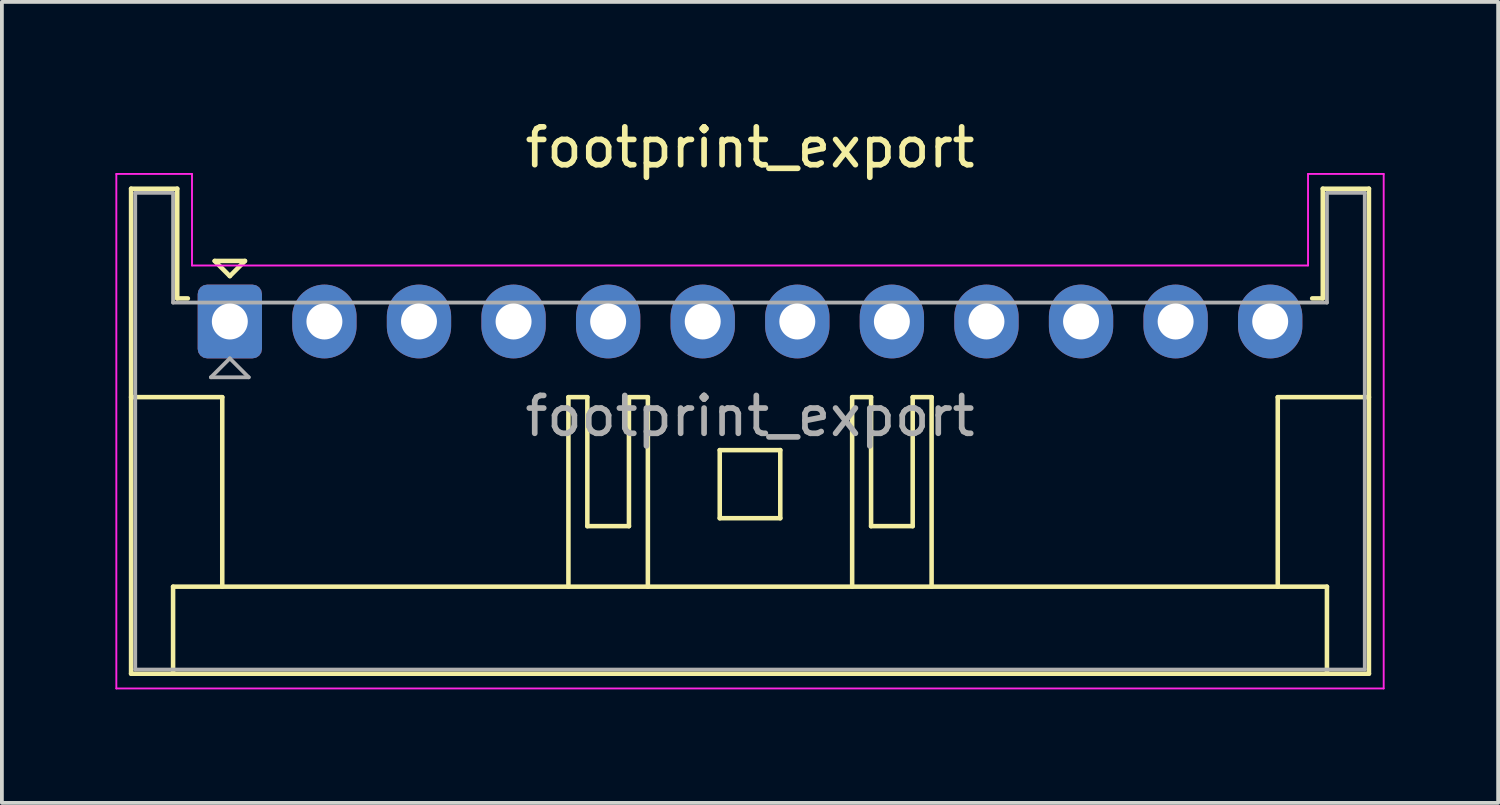
<source format=kicad_pcb>
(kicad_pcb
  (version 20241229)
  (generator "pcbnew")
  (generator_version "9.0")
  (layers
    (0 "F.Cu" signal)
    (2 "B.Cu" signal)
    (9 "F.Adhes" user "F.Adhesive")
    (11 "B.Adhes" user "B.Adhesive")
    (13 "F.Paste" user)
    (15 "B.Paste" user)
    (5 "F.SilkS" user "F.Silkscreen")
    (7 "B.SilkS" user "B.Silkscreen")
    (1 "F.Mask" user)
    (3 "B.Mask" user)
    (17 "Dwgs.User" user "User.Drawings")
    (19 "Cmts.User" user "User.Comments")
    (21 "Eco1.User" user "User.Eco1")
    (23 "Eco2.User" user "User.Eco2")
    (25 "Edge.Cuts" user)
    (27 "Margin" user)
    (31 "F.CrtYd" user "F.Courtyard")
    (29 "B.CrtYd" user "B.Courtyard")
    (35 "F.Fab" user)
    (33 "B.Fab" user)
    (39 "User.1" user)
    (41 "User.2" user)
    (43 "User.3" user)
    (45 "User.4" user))
  (footprint "footprint_export"
    (layer "F.Cu")
    (at 3.025 5.448)
    (property "Reference" "footprint_export" (at 13.75 -4.6 0) (layer "F.SilkS") (effects (font (size 1 1) (thickness 0.15))))
    (attr through_hole)
    (fp_line (start -2.61 -3.51) (end -2.61 9.31) (stroke (width 0.12) (type solid)) (layer "F.SilkS"))
    (fp_line (start -2.61 9.31) (end 30.11 9.31) (stroke (width 0.12) (type solid)) (layer "F.SilkS"))
    (fp_line (start -1.5 7.01) (end 29 7.01) (stroke (width 0.12) (type solid)) (layer "F.SilkS"))
    (fp_line (start -1.5 9.31) (end -1.5 7.01) (stroke (width 0.12) (type solid)) (layer "F.SilkS"))
    (fp_line (start -1.39 -3.51) (end -2.61 -3.51) (stroke (width 0.12) (type solid)) (layer "F.SilkS"))
    (fp_line (start -1.39 -0.61) (end -1.39 -3.51) (stroke (width 0.12) (type solid)) (layer "F.SilkS"))
    (fp_line (start -1.11 -0.61) (end -1.39 -0.61) (stroke (width 0.12) (type solid)) (layer "F.SilkS"))
    (fp_line (start -0.4 -1.6) (end 0.4 -1.6) (stroke (width 0.12) (type solid)) (layer "F.SilkS"))
    (fp_line (start -0.2 2) (end -2.61 2) (stroke (width 0.12) (type solid)) (layer "F.SilkS"))
    (fp_line (start -0.2 7.01) (end -0.2 2) (stroke (width 0.12) (type solid)) (layer "F.SilkS"))
    (fp_line (start 0 -1.2) (end -0.4 -1.6) (stroke (width 0.12) (type solid)) (layer "F.SilkS"))
    (fp_line (start 0.4 -1.6) (end 0 -1.2) (stroke (width 0.12) (type solid)) (layer "F.SilkS"))
    (fp_line (start 8.95 2) (end 8.95 7.01) (stroke (width 0.12) (type solid)) (layer "F.SilkS"))
    (fp_line (start 9.45 2) (end 8.95 2) (stroke (width 0.12) (type solid)) (layer "F.SilkS"))
    (fp_line (start 9.45 5.41) (end 9.45 2) (stroke (width 0.12) (type solid)) (layer "F.SilkS"))
    (fp_line (start 10.55 2) (end 10.55 5.41) (stroke (width 0.12) (type solid)) (layer "F.SilkS"))
    (fp_line (start 10.55 5.41) (end 9.45 5.41) (stroke (width 0.12) (type solid)) (layer "F.SilkS"))
    (fp_line (start 11.05 2) (end 10.55 2) (stroke (width 0.12) (type solid)) (layer "F.SilkS"))
    (fp_line (start 11.05 7.01) (end 11.05 2) (stroke (width 0.12) (type solid)) (layer "F.SilkS"))
    (fp_line (start 12.95 3.4) (end 14.55 3.4) (stroke (width 0.12) (type solid)) (layer "F.SilkS"))
    (fp_line (start 12.95 5.2) (end 12.95 3.4) (stroke (width 0.12) (type solid)) (layer "F.SilkS"))
    (fp_line (start 14.55 3.4) (end 14.55 5.2) (stroke (width 0.12) (type solid)) (layer "F.SilkS"))
    (fp_line (start 14.55 5.2) (end 12.95 5.2) (stroke (width 0.12) (type solid)) (layer "F.SilkS"))
    (fp_line (start 16.45 2) (end 16.95 2) (stroke (width 0.12) (type solid)) (layer "F.SilkS"))
    (fp_line (start 16.45 7.01) (end 16.45 2) (stroke (width 0.12) (type solid)) (layer "F.SilkS"))
    (fp_line (start 16.95 2) (end 16.95 5.41) (stroke (width 0.12) (type solid)) (layer "F.SilkS"))
    (fp_line (start 16.95 5.41) (end 18.05 5.41) (stroke (width 0.12) (type solid)) (layer "F.SilkS"))
    (fp_line (start 18.05 2) (end 18.55 2) (stroke (width 0.12) (type solid)) (layer "F.SilkS"))
    (fp_line (start 18.05 5.41) (end 18.05 2) (stroke (width 0.12) (type solid)) (layer "F.SilkS"))
    (fp_line (start 18.55 2) (end 18.55 7.01) (stroke (width 0.12) (type solid)) (layer "F.SilkS"))
    (fp_line (start 27.7 2) (end 30.11 2) (stroke (width 0.12) (type solid)) (layer "F.SilkS"))
    (fp_line (start 27.7 7.01) (end 27.7 2) (stroke (width 0.12) (type solid)) (layer "F.SilkS"))
    (fp_line (start 28.89 -3.51) (end 28.89 -0.61) (stroke (width 0.12) (type solid)) (layer "F.SilkS"))
    (fp_line (start 28.89 -0.61) (end 28.61 -0.61) (stroke (width 0.12) (type solid)) (layer "F.SilkS"))
    (fp_line (start 29 7.01) (end 29 9.31) (stroke (width 0.12) (type solid)) (layer "F.SilkS"))
    (fp_line (start 30.11 -3.51) (end 28.89 -3.51) (stroke (width 0.12) (type solid)) (layer "F.SilkS"))
    (fp_line (start 30.11 9.31) (end 30.11 -3.51) (stroke (width 0.12) (type solid)) (layer "F.SilkS"))
    (fp_line (start -3 -3.9) (end -3 9.7) (stroke (width 0.05) (type solid)) (layer "F.CrtYd"))
    (fp_line (start -3 9.7) (end 30.5 9.7) (stroke (width 0.05) (type solid)) (layer "F.CrtYd"))
    (fp_line (start -1 -3.9) (end -3 -3.9) (stroke (width 0.05) (type solid)) (layer "F.CrtYd"))
    (fp_line (start -1 -1.48) (end -1 -3.9) (stroke (width 0.05) (type solid)) (layer "F.CrtYd"))
    (fp_line (start 28.5 -3.9) (end 28.5 -1.48) (stroke (width 0.05) (type solid)) (layer "F.CrtYd"))
    (fp_line (start 28.5 -1.48) (end -1 -1.48) (stroke (width 0.05) (type solid)) (layer "F.CrtYd"))
    (fp_line (start 30.5 -3.9) (end 28.5 -3.9) (stroke (width 0.05) (type solid)) (layer "F.CrtYd"))
    (fp_line (start 30.5 9.7) (end 30.5 -3.9) (stroke (width 0.05) (type solid)) (layer "F.CrtYd"))
    (fp_line (start -2.5 -3.4) (end -2.5 9.2) (stroke (width 0.1) (type solid)) (layer "F.Fab"))
    (fp_line (start -2.5 9.2) (end 30 9.2) (stroke (width 0.1) (type solid)) (layer "F.Fab"))
    (fp_line (start -1.5 -3.4) (end -2.5 -3.4) (stroke (width 0.1) (type solid)) (layer "F.Fab"))
    (fp_line (start -1.5 -0.5) (end -1.5 -3.4) (stroke (width 0.1) (type solid)) (layer "F.Fab"))
    (fp_line (start -0.5 1.475) (end 0.5 1.475) (stroke (width 0.1) (type solid)) (layer "F.Fab"))
    (fp_line (start 0 0.975) (end -0.5 1.475) (stroke (width 0.1) (type solid)) (layer "F.Fab"))
    (fp_line (start 0.5 1.475) (end 0 0.975) (stroke (width 0.1) (type solid)) (layer "F.Fab"))
    (fp_line (start 29 -3.4) (end 29 -0.5) (stroke (width 0.1) (type solid)) (layer "F.Fab"))
    (fp_line (start 29 -0.5) (end -1.5 -0.5) (stroke (width 0.1) (type solid)) (layer "F.Fab"))
    (fp_line (start 30 -3.4) (end 29 -3.4) (stroke (width 0.1) (type solid)) (layer "F.Fab"))
    (fp_line (start 30 9.2) (end 30 -3.4) (stroke (width 0.1) (type solid)) (layer "F.Fab"))
    (fp_text user "${REFERENCE}" (at 13.75 2.5 0) (layer "F.Fab") (effects (font (size 1 1) (thickness 0.15))))
    (pad "1" thru_hole roundrect (at 0 0) (size 1.7 1.95) (drill 0.95) (layers "*.Cu" "*.Mask") (roundrect_rratio 0.147))
    (pad "2" thru_hole oval (at 2.5 0) (size 1.7 1.95) (drill 0.95) (layers "*.Cu" "*.Mask"))
    (pad "3" thru_hole oval (at 5 0) (size 1.7 1.95) (drill 0.95) (layers "*.Cu" "*.Mask"))
    (pad "4" thru_hole oval (at 7.5 0) (size 1.7 1.95) (drill 0.95) (layers "*.Cu" "*.Mask"))
    (pad "5" thru_hole oval (at 10 0) (size 1.7 1.95) (drill 0.95) (layers "*.Cu" "*.Mask"))
    (pad "6" thru_hole oval (at 12.5 0) (size 1.7 1.95) (drill 0.95) (layers "*.Cu" "*.Mask"))
    (pad "7" thru_hole oval (at 15 0) (size 1.7 1.95) (drill 0.95) (layers "*.Cu" "*.Mask"))
    (pad "8" thru_hole oval (at 17.5 0) (size 1.7 1.95) (drill 0.95) (layers "*.Cu" "*.Mask"))
    (pad "9" thru_hole oval (at 20 0) (size 1.7 1.95) (drill 0.95) (layers "*.Cu" "*.Mask"))
    (pad "10" thru_hole oval (at 22.5 0) (size 1.7 1.95) (drill 0.95) (layers "*.Cu" "*.Mask"))
    (pad "11" thru_hole oval (at 25 0) (size 1.7 1.95) (drill 0.95) (layers "*.Cu" "*.Mask"))
    (pad "12" thru_hole oval (at 27.5 0) (size 1.7 1.95) (drill 0.95) (layers "*.Cu" "*.Mask")))
  (gr_rect
    (start -3 -3)
    (end 36.55 18.173)
    (stroke (width 0.1) (type default))
    (fill no)
    (layer "Edge.Cuts")))
</source>
